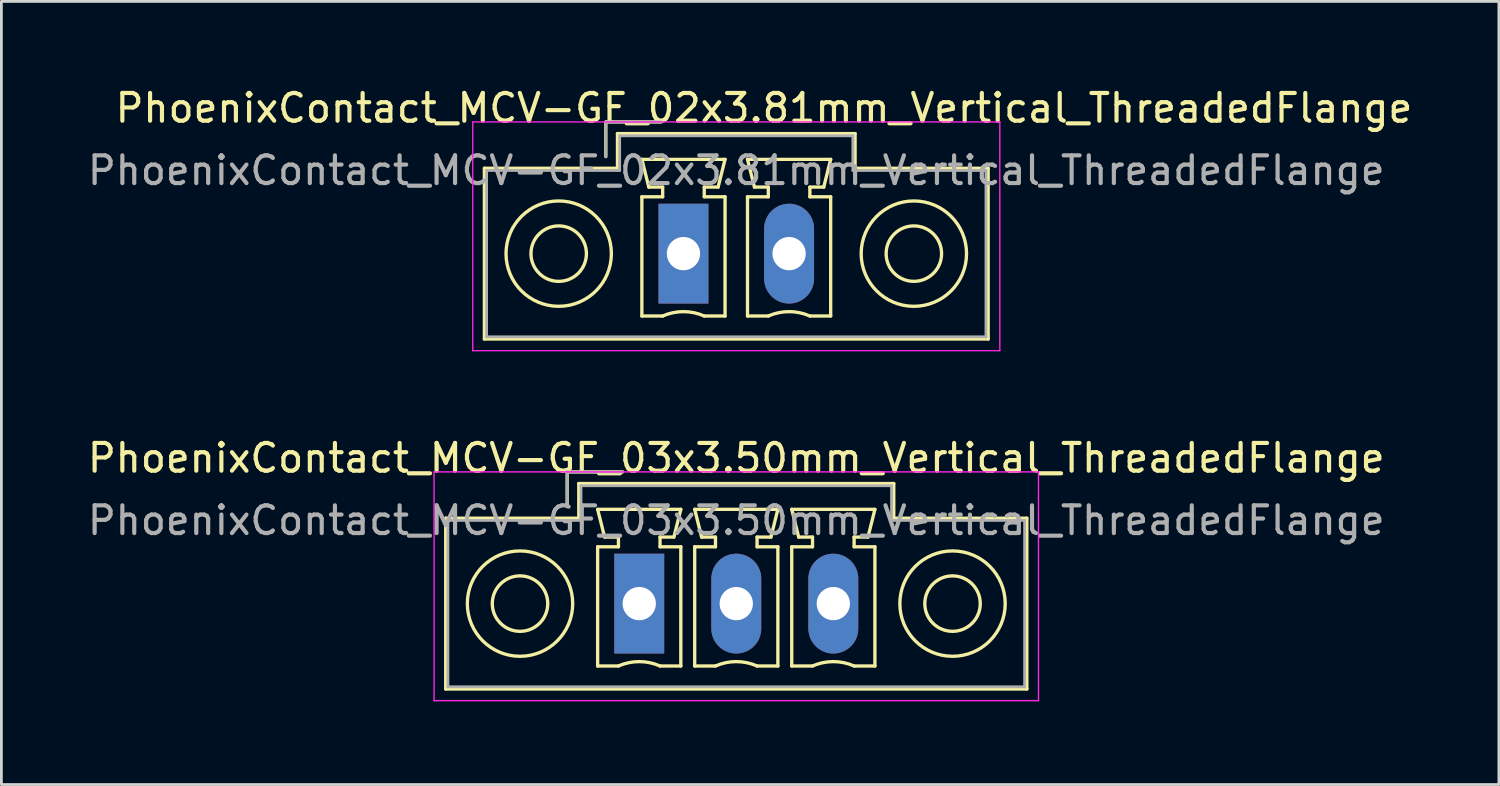
<source format=kicad_pcb>
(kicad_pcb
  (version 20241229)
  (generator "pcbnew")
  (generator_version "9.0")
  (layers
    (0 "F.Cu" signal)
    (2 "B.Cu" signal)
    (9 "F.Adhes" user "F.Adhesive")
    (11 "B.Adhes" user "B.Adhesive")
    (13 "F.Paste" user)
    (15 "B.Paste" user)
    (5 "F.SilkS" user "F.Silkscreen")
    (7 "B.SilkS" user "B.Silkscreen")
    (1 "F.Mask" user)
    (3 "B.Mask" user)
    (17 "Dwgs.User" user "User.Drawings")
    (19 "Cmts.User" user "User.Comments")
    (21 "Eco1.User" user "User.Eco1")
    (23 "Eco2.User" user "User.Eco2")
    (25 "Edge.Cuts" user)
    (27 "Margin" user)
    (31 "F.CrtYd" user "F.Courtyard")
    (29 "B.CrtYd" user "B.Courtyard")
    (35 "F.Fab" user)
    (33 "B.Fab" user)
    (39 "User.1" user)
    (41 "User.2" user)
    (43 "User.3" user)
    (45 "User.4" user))
  (footprint "PhoenixContact_MCV-GF_03x3.50mm_Vertical_ThreadedFlange"
    (layer "F.Cu")
    (at 20.006 18.721)
    (property "Reference" "PhoenixContact_MCV-GF_03x3.50mm_Vertical_ThreadedFlange" (at 3.5 -5.25 0) (layer "F.SilkS") (effects (font (size 1 1) (thickness 0.15))))
    (attr through_hole)
    (fp_line (start -6.98 -3.08) (end -6.98 3.08) (stroke (width 0.12) (type solid)) (layer "F.SilkS"))
    (fp_line (start -6.98 3.08) (end 13.98 3.08) (stroke (width 0.12) (type solid)) (layer "F.SilkS"))
    (fp_line (start -2.6 -4.75) (end -0.6 -4.75) (stroke (width 0.12) (type solid)) (layer "F.SilkS"))
    (fp_line (start -2.6 -3.5) (end -2.6 -4.75) (stroke (width 0.12) (type solid)) (layer "F.SilkS"))
    (fp_line (start -2.18 -4.33) (end -2.18 -3.08) (stroke (width 0.12) (type solid)) (layer "F.SilkS"))
    (fp_line (start -2.18 -3.08) (end -6.98 -3.08) (stroke (width 0.12) (type solid)) (layer "F.SilkS"))
    (fp_line (start -1.5 -3.4) (end 1.5 -3.4) (stroke (width 0.12) (type solid)) (layer "F.SilkS"))
    (fp_line (start -1.5 -2.05) (end -0.75 -2.05) (stroke (width 0.12) (type solid)) (layer "F.SilkS"))
    (fp_line (start -1.5 2.25) (end -1.5 -2.05) (stroke (width 0.12) (type solid)) (layer "F.SilkS"))
    (fp_line (start -1.25 -2.4) (end -1.5 -3.4) (stroke (width 0.12) (type solid)) (layer "F.SilkS"))
    (fp_line (start -0.75 -2.4) (end -1.25 -2.4) (stroke (width 0.12) (type solid)) (layer "F.SilkS"))
    (fp_line (start -0.75 -2.05) (end -0.75 -2.4) (stroke (width 0.12) (type solid)) (layer "F.SilkS"))
    (fp_line (start -0.75 2.25) (end -1.5 2.25) (stroke (width 0.12) (type solid)) (layer "F.SilkS"))
    (fp_line (start 0.75 -2.4) (end 0.75 -2.05) (stroke (width 0.12) (type solid)) (layer "F.SilkS"))
    (fp_line (start 0.75 -2.05) (end 1.5 -2.05) (stroke (width 0.12) (type solid)) (layer "F.SilkS"))
    (fp_line (start 1.25 -2.4) (end 0.75 -2.4) (stroke (width 0.12) (type solid)) (layer "F.SilkS"))
    (fp_line (start 1.5 -3.4) (end 1.25 -2.4) (stroke (width 0.12) (type solid)) (layer "F.SilkS"))
    (fp_line (start 1.5 -2.05) (end 1.5 2.25) (stroke (width 0.12) (type solid)) (layer "F.SilkS"))
    (fp_line (start 1.5 2.25) (end 0.75 2.25) (stroke (width 0.12) (type solid)) (layer "F.SilkS"))
    (fp_line (start 2 -3.4) (end 5 -3.4) (stroke (width 0.12) (type solid)) (layer "F.SilkS"))
    (fp_line (start 2 -2.05) (end 2.75 -2.05) (stroke (width 0.12) (type solid)) (layer "F.SilkS"))
    (fp_line (start 2 2.25) (end 2 -2.05) (stroke (width 0.12) (type solid)) (layer "F.SilkS"))
    (fp_line (start 2.25 -2.4) (end 2 -3.4) (stroke (width 0.12) (type solid)) (layer "F.SilkS"))
    (fp_line (start 2.75 -2.4) (end 2.25 -2.4) (stroke (width 0.12) (type solid)) (layer "F.SilkS"))
    (fp_line (start 2.75 -2.05) (end 2.75 -2.4) (stroke (width 0.12) (type solid)) (layer "F.SilkS"))
    (fp_line (start 2.75 2.25) (end 2 2.25) (stroke (width 0.12) (type solid)) (layer "F.SilkS"))
    (fp_line (start 4.25 -2.4) (end 4.25 -2.05) (stroke (width 0.12) (type solid)) (layer "F.SilkS"))
    (fp_line (start 4.25 -2.05) (end 5 -2.05) (stroke (width 0.12) (type solid)) (layer "F.SilkS"))
    (fp_line (start 4.75 -2.4) (end 4.25 -2.4) (stroke (width 0.12) (type solid)) (layer "F.SilkS"))
    (fp_line (start 5 -3.4) (end 4.75 -2.4) (stroke (width 0.12) (type solid)) (layer "F.SilkS"))
    (fp_line (start 5 -2.05) (end 5 2.25) (stroke (width 0.12) (type solid)) (layer "F.SilkS"))
    (fp_line (start 5 2.25) (end 4.25 2.25) (stroke (width 0.12) (type solid)) (layer "F.SilkS"))
    (fp_line (start 5.5 -3.4) (end 8.5 -3.4) (stroke (width 0.12) (type solid)) (layer "F.SilkS"))
    (fp_line (start 5.5 -2.05) (end 6.25 -2.05) (stroke (width 0.12) (type solid)) (layer "F.SilkS"))
    (fp_line (start 5.5 2.25) (end 5.5 -2.05) (stroke (width 0.12) (type solid)) (layer "F.SilkS"))
    (fp_line (start 5.75 -2.4) (end 5.5 -3.4) (stroke (width 0.12) (type solid)) (layer "F.SilkS"))
    (fp_line (start 6.25 -2.4) (end 5.75 -2.4) (stroke (width 0.12) (type solid)) (layer "F.SilkS"))
    (fp_line (start 6.25 -2.05) (end 6.25 -2.4) (stroke (width 0.12) (type solid)) (layer "F.SilkS"))
    (fp_line (start 6.25 2.25) (end 5.5 2.25) (stroke (width 0.12) (type solid)) (layer "F.SilkS"))
    (fp_line (start 7.75 -2.4) (end 7.75 -2.05) (stroke (width 0.12) (type solid)) (layer "F.SilkS"))
    (fp_line (start 7.75 -2.05) (end 8.5 -2.05) (stroke (width 0.12) (type solid)) (layer "F.SilkS"))
    (fp_line (start 8.25 -2.4) (end 7.75 -2.4) (stroke (width 0.12) (type solid)) (layer "F.SilkS"))
    (fp_line (start 8.5 -3.4) (end 8.25 -2.4) (stroke (width 0.12) (type solid)) (layer "F.SilkS"))
    (fp_line (start 8.5 -2.05) (end 8.5 2.25) (stroke (width 0.12) (type solid)) (layer "F.SilkS"))
    (fp_line (start 8.5 2.25) (end 7.75 2.25) (stroke (width 0.12) (type solid)) (layer "F.SilkS"))
    (fp_line (start 9.18 -4.33) (end -2.18 -4.33) (stroke (width 0.12) (type solid)) (layer "F.SilkS"))
    (fp_line (start 9.18 -3.08) (end 9.18 -4.33) (stroke (width 0.12) (type solid)) (layer "F.SilkS"))
    (fp_line (start 13.98 -3.08) (end 9.18 -3.08) (stroke (width 0.12) (type solid)) (layer "F.SilkS"))
    (fp_line (start 13.98 3.08) (end 13.98 -3.08) (stroke (width 0.12) (type solid)) (layer "F.SilkS"))
    (fp_arc (start -0.75 2.25) (mid -0.000193 2.09191) (end 0.749647 2.249844) (stroke (width 0.12) (type solid)) (layer "F.SilkS"))
    (fp_arc (start 2.75 2.25) (mid 3.499807 2.09191) (end 4.249647 2.249844) (stroke (width 0.12) (type solid)) (layer "F.SilkS"))
    (fp_arc (start 6.25 2.25) (mid 6.999807 2.09191) (end 7.749647 2.249844) (stroke (width 0.12) (type solid)) (layer "F.SilkS"))
    (fp_circle (center -4.3 0) (end -3.3 0) (stroke (width 0.12) (type solid)) (fill no) (layer "F.SilkS"))
    (fp_circle (center -4.3 0) (end -2.4 0) (stroke (width 0.12) (type solid)) (fill no) (layer "F.SilkS"))
    (fp_circle (center 11.3 0) (end 12.3 0) (stroke (width 0.12) (type solid)) (fill no) (layer "F.SilkS"))
    (fp_circle (center 11.3 0) (end 13.2 0) (stroke (width 0.12) (type solid)) (fill no) (layer "F.SilkS"))
    (fp_line (start -7.4 -4.75) (end -7.4 3.5) (stroke (width 0.05) (type solid)) (layer "F.CrtYd"))
    (fp_line (start -7.4 3.5) (end 14.4 3.5) (stroke (width 0.05) (type solid)) (layer "F.CrtYd"))
    (fp_line (start 14.4 -4.75) (end -7.4 -4.75) (stroke (width 0.05) (type solid)) (layer "F.CrtYd"))
    (fp_line (start 14.4 3.5) (end 14.4 -4.75) (stroke (width 0.05) (type solid)) (layer "F.CrtYd"))
    (fp_line (start -6.9 -3) (end -6.9 3) (stroke (width 0.1) (type solid)) (layer "F.Fab"))
    (fp_line (start -6.9 3) (end 13.9 3) (stroke (width 0.1) (type solid)) (layer "F.Fab"))
    (fp_line (start -2.6 -4.75) (end -0.6 -4.75) (stroke (width 0.1) (type solid)) (layer "F.Fab"))
    (fp_line (start -2.6 -3.5) (end -2.6 -4.75) (stroke (width 0.1) (type solid)) (layer "F.Fab"))
    (fp_line (start -2.1 -4.25) (end -2.1 -3) (stroke (width 0.1) (type solid)) (layer "F.Fab"))
    (fp_line (start -2.1 -3) (end -6.9 -3) (stroke (width 0.1) (type solid)) (layer "F.Fab"))
    (fp_line (start 9.1 -4.25) (end -2.1 -4.25) (stroke (width 0.1) (type solid)) (layer "F.Fab"))
    (fp_line (start 9.1 -3) (end 9.1 -4.25) (stroke (width 0.1) (type solid)) (layer "F.Fab"))
    (fp_line (start 13.9 -3) (end 9.1 -3) (stroke (width 0.1) (type solid)) (layer "F.Fab"))
    (fp_line (start 13.9 3) (end 13.9 -3) (stroke (width 0.1) (type solid)) (layer "F.Fab"))
    (fp_text user "${REFERENCE}" (at 3.5 -3 0) (layer "F.Fab") (effects (font (size 1 1) (thickness 0.15))))
    (pad "1" thru_hole rect (at 0 0) (size 1.8 3.6) (drill 1.2) (layers "*.Cu" "*.Mask"))
    (pad "2" thru_hole oval (at 3.5 0) (size 1.8 3.6) (drill 1.2) (layers "*.Cu" "*.Mask"))
    (pad "3" thru_hole oval (at 7 0) (size 1.8 3.6) (drill 1.2) (layers "*.Cu" "*.Mask")))
  (footprint "PhoenixContact_MCV-GF_02x3.81mm_Vertical_ThreadedFlange"
    (layer "F.Cu")
    (at 21.601 6.098)
    (property "Reference" "PhoenixContact_MCV-GF_02x3.81mm_Vertical_ThreadedFlange" (at 2.905 -5.25 0) (layer "F.SilkS") (effects (font (size 1 1) (thickness 0.15))))
    (attr through_hole)
    (fp_line (start -7.18 -3.08) (end -7.18 3.08) (stroke (width 0.12) (type solid)) (layer "F.SilkS"))
    (fp_line (start -7.18 3.08) (end 10.99 3.08) (stroke (width 0.12) (type solid)) (layer "F.SilkS"))
    (fp_line (start -2.8 -4.75) (end -0.8 -4.75) (stroke (width 0.12) (type solid)) (layer "F.SilkS"))
    (fp_line (start -2.8 -3.5) (end -2.8 -4.75) (stroke (width 0.12) (type solid)) (layer "F.SilkS"))
    (fp_line (start -2.38 -4.33) (end -2.38 -3.08) (stroke (width 0.12) (type solid)) (layer "F.SilkS"))
    (fp_line (start -2.38 -3.08) (end -7.18 -3.08) (stroke (width 0.12) (type solid)) (layer "F.SilkS"))
    (fp_line (start -1.5 -3.4) (end 1.5 -3.4) (stroke (width 0.12) (type solid)) (layer "F.SilkS"))
    (fp_line (start -1.5 -2.05) (end -0.75 -2.05) (stroke (width 0.12) (type solid)) (layer "F.SilkS"))
    (fp_line (start -1.5 2.25) (end -1.5 -2.05) (stroke (width 0.12) (type solid)) (layer "F.SilkS"))
    (fp_line (start -1.25 -2.4) (end -1.5 -3.4) (stroke (width 0.12) (type solid)) (layer "F.SilkS"))
    (fp_line (start -0.75 -2.4) (end -1.25 -2.4) (stroke (width 0.12) (type solid)) (layer "F.SilkS"))
    (fp_line (start -0.75 -2.05) (end -0.75 -2.4) (stroke (width 0.12) (type solid)) (layer "F.SilkS"))
    (fp_line (start -0.75 2.25) (end -1.5 2.25) (stroke (width 0.12) (type solid)) (layer "F.SilkS"))
    (fp_line (start 0.75 -2.4) (end 0.75 -2.05) (stroke (width 0.12) (type solid)) (layer "F.SilkS"))
    (fp_line (start 0.75 -2.05) (end 1.5 -2.05) (stroke (width 0.12) (type solid)) (layer "F.SilkS"))
    (fp_line (start 1.25 -2.4) (end 0.75 -2.4) (stroke (width 0.12) (type solid)) (layer "F.SilkS"))
    (fp_line (start 1.5 -3.4) (end 1.25 -2.4) (stroke (width 0.12) (type solid)) (layer "F.SilkS"))
    (fp_line (start 1.5 -2.05) (end 1.5 2.25) (stroke (width 0.12) (type solid)) (layer "F.SilkS"))
    (fp_line (start 1.5 2.25) (end 0.75 2.25) (stroke (width 0.12) (type solid)) (layer "F.SilkS"))
    (fp_line (start 2.31 -3.4) (end 5.31 -3.4) (stroke (width 0.12) (type solid)) (layer "F.SilkS"))
    (fp_line (start 2.31 -2.05) (end 3.06 -2.05) (stroke (width 0.12) (type solid)) (layer "F.SilkS"))
    (fp_line (start 2.31 2.25) (end 2.31 -2.05) (stroke (width 0.12) (type solid)) (layer "F.SilkS"))
    (fp_line (start 2.56 -2.4) (end 2.31 -3.4) (stroke (width 0.12) (type solid)) (layer "F.SilkS"))
    (fp_line (start 3.06 -2.4) (end 2.56 -2.4) (stroke (width 0.12) (type solid)) (layer "F.SilkS"))
    (fp_line (start 3.06 -2.05) (end 3.06 -2.4) (stroke (width 0.12) (type solid)) (layer "F.SilkS"))
    (fp_line (start 3.06 2.25) (end 2.31 2.25) (stroke (width 0.12) (type solid)) (layer "F.SilkS"))
    (fp_line (start 4.56 -2.4) (end 4.56 -2.05) (stroke (width 0.12) (type solid)) (layer "F.SilkS"))
    (fp_line (start 4.56 -2.05) (end 5.31 -2.05) (stroke (width 0.12) (type solid)) (layer "F.SilkS"))
    (fp_line (start 5.06 -2.4) (end 4.56 -2.4) (stroke (width 0.12) (type solid)) (layer "F.SilkS"))
    (fp_line (start 5.31 -3.4) (end 5.06 -2.4) (stroke (width 0.12) (type solid)) (layer "F.SilkS"))
    (fp_line (start 5.31 -2.05) (end 5.31 2.25) (stroke (width 0.12) (type solid)) (layer "F.SilkS"))
    (fp_line (start 5.31 2.25) (end 4.56 2.25) (stroke (width 0.12) (type solid)) (layer "F.SilkS"))
    (fp_line (start 6.19 -4.33) (end -2.38 -4.33) (stroke (width 0.12) (type solid)) (layer "F.SilkS"))
    (fp_line (start 6.19 -3.08) (end 6.19 -4.33) (stroke (width 0.12) (type solid)) (layer "F.SilkS"))
    (fp_line (start 10.99 -3.08) (end 6.19 -3.08) (stroke (width 0.12) (type solid)) (layer "F.SilkS"))
    (fp_line (start 10.99 3.08) (end 10.99 -3.08) (stroke (width 0.12) (type solid)) (layer "F.SilkS"))
    (fp_arc (start -0.75 2.25) (mid -0.000193 2.09191) (end 0.749647 2.249844) (stroke (width 0.12) (type solid)) (layer "F.SilkS"))
    (fp_arc (start 3.06 2.25) (mid 3.809807 2.09191) (end 4.559647 2.249844) (stroke (width 0.12) (type solid)) (layer "F.SilkS"))
    (fp_circle (center -4.5 0) (end -3.5 0) (stroke (width 0.12) (type solid)) (fill no) (layer "F.SilkS"))
    (fp_circle (center -4.5 0) (end -2.6 0) (stroke (width 0.12) (type solid)) (fill no) (layer "F.SilkS"))
    (fp_circle (center 8.31 0) (end 9.31 0) (stroke (width 0.12) (type solid)) (fill no) (layer "F.SilkS"))
    (fp_circle (center 8.31 0) (end 10.21 0) (stroke (width 0.12) (type solid)) (fill no) (layer "F.SilkS"))
    (fp_line (start -7.6 -4.75) (end -7.6 3.5) (stroke (width 0.05) (type solid)) (layer "F.CrtYd"))
    (fp_line (start -7.6 3.5) (end 11.41 3.5) (stroke (width 0.05) (type solid)) (layer "F.CrtYd"))
    (fp_line (start 11.41 -4.75) (end -7.6 -4.75) (stroke (width 0.05) (type solid)) (layer "F.CrtYd"))
    (fp_line (start 11.41 3.5) (end 11.41 -4.75) (stroke (width 0.05) (type solid)) (layer "F.CrtYd"))
    (fp_line (start -7.1 -3) (end -7.1 3) (stroke (width 0.1) (type solid)) (layer "F.Fab"))
    (fp_line (start -7.1 3) (end 10.91 3) (stroke (width 0.1) (type solid)) (layer "F.Fab"))
    (fp_line (start -2.8 -4.75) (end -0.8 -4.75) (stroke (width 0.1) (type solid)) (layer "F.Fab"))
    (fp_line (start -2.8 -3.5) (end -2.8 -4.75) (stroke (width 0.1) (type solid)) (layer "F.Fab"))
    (fp_line (start -2.3 -4.25) (end -2.3 -3) (stroke (width 0.1) (type solid)) (layer "F.Fab"))
    (fp_line (start -2.3 -3) (end -7.1 -3) (stroke (width 0.1) (type solid)) (layer "F.Fab"))
    (fp_line (start 6.11 -4.25) (end -2.3 -4.25) (stroke (width 0.1) (type solid)) (layer "F.Fab"))
    (fp_line (start 6.11 -3) (end 6.11 -4.25) (stroke (width 0.1) (type solid)) (layer "F.Fab"))
    (fp_line (start 10.91 -3) (end 6.11 -3) (stroke (width 0.1) (type solid)) (layer "F.Fab"))
    (fp_line (start 10.91 3) (end 10.91 -3) (stroke (width 0.1) (type solid)) (layer "F.Fab"))
    (fp_text user "${REFERENCE}" (at 1.905 -3 0) (layer "F.Fab") (effects (font (size 1 1) (thickness 0.15))))
    (pad "1" thru_hole rect (at 0 0) (size 1.8 3.6) (drill 1.2) (layers "*.Cu" "*.Mask"))
    (pad "2" thru_hole oval (at 3.81 0) (size 1.8 3.6) (drill 1.2) (layers "*.Cu" "*.Mask")))
  (gr_rect
    (start -3 -3)
    (end 51.012 25.247)
    (stroke (width 0.1) (type default))
    (fill no)
    (layer "Edge.Cuts")))
</source>
